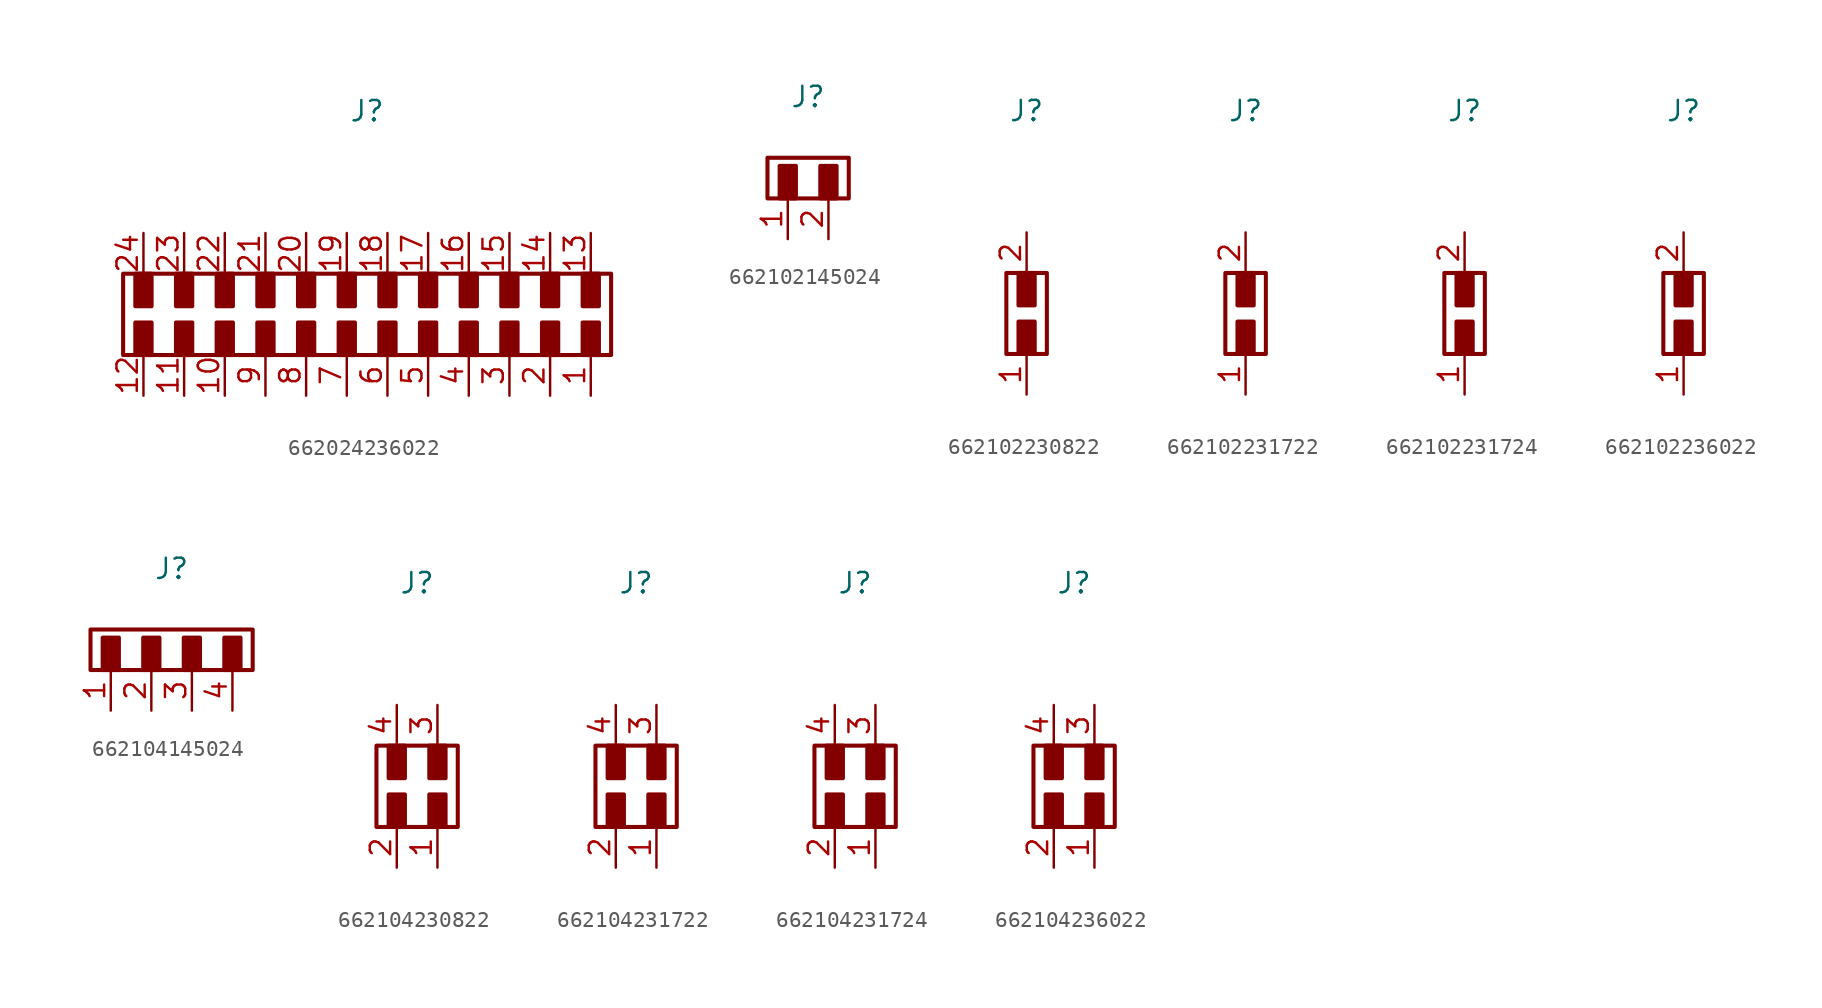
<source format=kicad_sym>
(kicad_symbol_lib
  (version 20241209)
  (generator "kicad_symbol_editor")
  (generator_version "9.0")
  (symbol "662024236022"
    (pin_names
      (hide yes))
    (property "Reference" "J"
      (at 0 12.7 0)
      (effects (font (size 1.27 1.27))))
    (symbol "662024236022_1_1"
      (rectangle (start -15.24 2.54) (end 15.24 -2.54) (stroke (width 0.254) (type solid)) (fill (type none)))
      (rectangle (start -14.478 2.54) (end -13.462 0.508) (stroke (width 0.254) (type solid)) (fill (type outline)))
      (rectangle (start -14.478 -0.508) (end -13.462 -2.54) (stroke (width 0.254) (type solid)) (fill (type outline)))
      (rectangle (start -11.938 2.54) (end -10.922 0.508) (stroke (width 0.254) (type solid)) (fill (type outline)))
      (rectangle (start -11.938 -0.508) (end -10.922 -2.54) (stroke (width 0.254) (type solid)) (fill (type outline)))
      (rectangle (start -9.398 2.54) (end -8.382 0.508) (stroke (width 0.254) (type solid)) (fill (type outline)))
      (rectangle (start -9.398 -0.508) (end -8.382 -2.54) (stroke (width 0.254) (type solid)) (fill (type outline)))
      (rectangle (start -6.858 2.54) (end -5.842 0.508) (stroke (width 0.254) (type solid)) (fill (type outline)))
      (rectangle (start -6.858 -0.508) (end -5.842 -2.54) (stroke (width 0.254) (type solid)) (fill (type outline)))
      (rectangle (start -4.318 2.54) (end -3.302 0.508) (stroke (width 0.254) (type solid)) (fill (type outline)))
      (rectangle (start -4.318 -0.508) (end -3.302 -2.54) (stroke (width 0.254) (type solid)) (fill (type outline)))
      (rectangle (start -1.778 2.54) (end -0.762 0.508) (stroke (width 0.254) (type solid)) (fill (type outline)))
      (rectangle (start -1.778 -0.508) (end -0.762 -2.54) (stroke (width 0.254) (type solid)) (fill (type outline)))
      (rectangle (start 0.762 2.54) (end 1.778 0.508) (stroke (width 0.254) (type solid)) (fill (type outline)))
      (rectangle (start 0.762 -0.508) (end 1.778 -2.54) (stroke (width 0.254) (type solid)) (fill (type outline)))
      (rectangle (start 3.302 2.54) (end 4.318 0.508) (stroke (width 0.254) (type solid)) (fill (type outline)))
      (rectangle (start 3.302 -0.508) (end 4.318 -2.54) (stroke (width 0.254) (type solid)) (fill (type outline)))
      (rectangle (start 5.842 2.54) (end 6.858 0.508) (stroke (width 0.254) (type solid)) (fill (type outline)))
      (rectangle (start 5.842 -0.508) (end 6.858 -2.54) (stroke (width 0.254) (type solid)) (fill (type outline)))
      (rectangle (start 8.382 2.54) (end 9.398 0.508) (stroke (width 0.254) (type solid)) (fill (type outline)))
      (rectangle (start 8.382 -0.508) (end 9.398 -2.54) (stroke (width 0.254) (type solid)) (fill (type outline)))
      (rectangle (start 10.922 2.54) (end 11.938 0.508) (stroke (width 0.254) (type solid)) (fill (type outline)))
      (rectangle (start 10.922 -0.508) (end 11.938 -2.54) (stroke (width 0.254) (type solid)) (fill (type outline)))
      (rectangle (start 13.462 2.54) (end 14.478 0.508) (stroke (width 0.254) (type solid)) (fill (type outline)))
      (rectangle (start 13.462 -0.508) (end 14.478 -2.54) (stroke (width 0.254) (type solid)) (fill (type outline)))
      (pin passive line (at -13.97 5.08 270) (length 2.54) (name "24" (effects (font (size 1.27 1.27)))) (number "24" (effects (font (size 1.27 1.27)))))
      (pin passive line (at -13.97 -5.08 90) (length 2.54) (name "12" (effects (font (size 1.27 1.27)))) (number "12" (effects (font (size 1.27 1.27)))))
      (pin passive line (at -11.43 5.08 270) (length 2.54) (name "23" (effects (font (size 1.27 1.27)))) (number "23" (effects (font (size 1.27 1.27)))))
      (pin passive line (at -11.43 -5.08 90) (length 2.54) (name "11" (effects (font (size 1.27 1.27)))) (number "11" (effects (font (size 1.27 1.27)))))
      (pin passive line (at -8.89 5.08 270) (length 2.54) (name "22" (effects (font (size 1.27 1.27)))) (number "22" (effects (font (size 1.27 1.27)))))
      (pin passive line (at -8.89 -5.08 90) (length 2.54) (name "10" (effects (font (size 1.27 1.27)))) (number "10" (effects (font (size 1.27 1.27)))))
      (pin passive line (at -6.35 5.08 270) (length 2.54) (name "21" (effects (font (size 1.27 1.27)))) (number "21" (effects (font (size 1.27 1.27)))))
      (pin passive line (at -6.35 -5.08 90) (length 2.54) (name "9" (effects (font (size 1.27 1.27)))) (number "9" (effects (font (size 1.27 1.27)))))
      (pin passive line (at -3.81 5.08 270) (length 2.54) (name "20" (effects (font (size 1.27 1.27)))) (number "20" (effects (font (size 1.27 1.27)))))
      (pin passive line (at -3.81 -5.08 90) (length 2.54) (name "8" (effects (font (size 1.27 1.27)))) (number "8" (effects (font (size 1.27 1.27)))))
      (pin passive line (at -1.27 5.08 270) (length 2.54) (name "19" (effects (font (size 1.27 1.27)))) (number "19" (effects (font (size 1.27 1.27)))))
      (pin passive line (at -1.27 -5.08 90) (length 2.54) (name "7" (effects (font (size 1.27 1.27)))) (number "7" (effects (font (size 1.27 1.27)))))
      (pin passive line (at 1.27 5.08 270) (length 2.54) (name "18" (effects (font (size 1.27 1.27)))) (number "18" (effects (font (size 1.27 1.27)))))
      (pin passive line (at 1.27 -5.08 90) (length 2.54) (name "6" (effects (font (size 1.27 1.27)))) (number "6" (effects (font (size 1.27 1.27)))))
      (pin passive line (at 3.81 5.08 270) (length 2.54) (name "17" (effects (font (size 1.27 1.27)))) (number "17" (effects (font (size 1.27 1.27)))))
      (pin passive line (at 3.81 -5.08 90) (length 2.54) (name "5" (effects (font (size 1.27 1.27)))) (number "5" (effects (font (size 1.27 1.27)))))
      (pin passive line (at 6.35 5.08 270) (length 2.54) (name "16" (effects (font (size 1.27 1.27)))) (number "16" (effects (font (size 1.27 1.27)))))
      (pin passive line (at 6.35 -5.08 90) (length 2.54) (name "4" (effects (font (size 1.27 1.27)))) (number "4" (effects (font (size 1.27 1.27)))))
      (pin passive line (at 8.89 5.08 270) (length 2.54) (name "15" (effects (font (size 1.27 1.27)))) (number "15" (effects (font (size 1.27 1.27)))))
      (pin passive line (at 8.89 -5.08 90) (length 2.54) (name "3" (effects (font (size 1.27 1.27)))) (number "3" (effects (font (size 1.27 1.27)))))
      (pin passive line (at 11.43 5.08 270) (length 2.54) (name "14" (effects (font (size 1.27 1.27)))) (number "14" (effects (font (size 1.27 1.27)))))
      (pin passive line (at 11.43 -5.08 90) (length 2.54) (name "2" (effects (font (size 1.27 1.27)))) (number "2" (effects (font (size 1.27 1.27)))))
      (pin passive line (at 13.97 5.08 270) (length 2.54) (name "13" (effects (font (size 1.27 1.27)))) (number "13" (effects (font (size 1.27 1.27)))))
      (pin passive line (at 13.97 -5.08 90) (length 2.54) (name "1" (effects (font (size 1.27 1.27)))) (number "1" (effects (font (size 1.27 1.27)))))))
  (symbol "662102145024"
    (pin_names
      (hide yes))
    (property "Reference" "J"
      (at 0 5.08 0)
      (effects (font (size 1.27 1.27))))
    (symbol "662102145024_1_1"
      (rectangle (start -2.54 1.27) (end 2.54 -1.27) (stroke (width 0.254) (type solid)) (fill (type none)))
      (rectangle (start -1.778 0.762) (end -0.762 -1.27) (stroke (width 0.254) (type solid)) (fill (type outline)))
      (rectangle (start 1.778 -1.27) (end 0.762 0.762) (stroke (width 0.254) (type solid)) (fill (type outline)))
      (pin passive line (at -1.27 -3.81 90) (length 2.54) (name "1" (effects (font (size 1.27 1.27)))) (number "1" (effects (font (size 1.27 1.27)))))
      (pin passive line (at 1.27 -3.81 90) (length 2.54) (name "2" (effects (font (size 1.27 1.27)))) (number "2" (effects (font (size 1.27 1.27)))))))
  (symbol "662102230822"
    (pin_names
      (hide yes))
    (property "Reference" "J"
      (at 0 12.7 0)
      (effects (font (size 1.27 1.27))))
    (symbol "662102230822_1_1"
      (rectangle (start -0.508 2.54) (end 0.508 0.508) (stroke (width 0.254) (type solid)) (fill (type outline)))
      (rectangle (start -0.508 -0.508) (end 0.508 -2.54) (stroke (width 0.254) (type solid)) (fill (type outline)))
      (rectangle (start 1.27 -2.54) (end -1.27 2.54) (stroke (width 0.254) (type solid)) (fill (type none)))
      (pin passive line (at 0 5.08 270) (length 2.54) (name "2" (effects (font (size 1.27 1.27)))) (number "2" (effects (font (size 1.27 1.27)))))
      (pin passive line (at 0 -5.08 90) (length 2.54) (name "1" (effects (font (size 1.27 1.27)))) (number "1" (effects (font (size 1.27 1.27)))))))
  (symbol "662102231722"
    (pin_names
      (hide yes))
    (property "Reference" "J"
      (at 0 12.7 0)
      (effects (font (size 1.27 1.27))))
    (symbol "662102231722_1_1"
      (rectangle (start -1.27 2.54) (end 1.27 -2.54) (stroke (width 0.254) (type solid)) (fill (type none)))
      (rectangle (start -0.508 2.54) (end 0.508 0.508) (stroke (width 0.254) (type solid)) (fill (type outline)))
      (rectangle (start -0.508 -0.508) (end 0.508 -2.54) (stroke (width 0.254) (type solid)) (fill (type outline)))
      (pin passive line (at 0 5.08 270) (length 2.54) (name "2" (effects (font (size 1.27 1.27)))) (number "2" (effects (font (size 1.27 1.27)))))
      (pin passive line (at 0 -5.08 90) (length 2.54) (name "1" (effects (font (size 1.27 1.27)))) (number "1" (effects (font (size 1.27 1.27)))))))
  (symbol "662102231724"
    (pin_names
      (hide yes))
    (property "Reference" "J"
      (at 0 12.7 0)
      (effects (font (size 1.27 1.27))))
    (symbol "662102231724_1_1"
      (rectangle (start -1.27 2.54) (end 1.27 -2.54) (stroke (width 0.254) (type solid)) (fill (type none)))
      (rectangle (start -0.508 2.54) (end 0.508 0.508) (stroke (width 0.254) (type solid)) (fill (type outline)))
      (rectangle (start -0.508 -0.508) (end 0.508 -2.54) (stroke (width 0.254) (type solid)) (fill (type outline)))
      (pin passive line (at 0 5.08 270) (length 2.54) (name "2" (effects (font (size 1.27 1.27)))) (number "2" (effects (font (size 1.27 1.27)))))
      (pin passive line (at 0 -5.08 90) (length 2.54) (name "1" (effects (font (size 1.27 1.27)))) (number "1" (effects (font (size 1.27 1.27)))))))
  (symbol "662102236022"
    (pin_names
      (hide yes))
    (property "Reference" "J"
      (at 0 12.7 0)
      (effects (font (size 1.27 1.27))))
    (symbol "662102236022_1_1"
      (rectangle (start -0.508 2.54) (end 0.508 0.508) (stroke (width 0.254) (type solid)) (fill (type outline)))
      (rectangle (start -0.508 -0.508) (end 0.508 -2.54) (stroke (width 0.254) (type solid)) (fill (type outline)))
      (rectangle (start 1.27 -2.54) (end -1.27 2.54) (stroke (width 0.254) (type solid)) (fill (type none)))
      (pin passive line (at 0 5.08 270) (length 2.54) (name "2" (effects (font (size 1.27 1.27)))) (number "2" (effects (font (size 1.27 1.27)))))
      (pin passive line (at 0 -5.08 90) (length 2.54) (name "1" (effects (font (size 1.27 1.27)))) (number "1" (effects (font (size 1.27 1.27)))))))
  (symbol "662104145024"
    (pin_names
      (hide yes))
    (property "Reference" "J"
      (at 0 5.08 0)
      (effects (font (size 1.27 1.27))))
    (symbol "662104145024_1_1"
      (rectangle (start -5.08 1.27) (end 5.08 -1.27) (stroke (width 0.254) (type solid)) (fill (type none)))
      (rectangle (start -4.318 0.762) (end -3.302 -1.27) (stroke (width 0.254) (type solid)) (fill (type outline)))
      (rectangle (start -0.762 -1.27) (end -1.778 0.762) (stroke (width 0.254) (type solid)) (fill (type outline)))
      (rectangle (start 0.762 0.762) (end 1.778 -1.27) (stroke (width 0.254) (type solid)) (fill (type outline)))
      (rectangle (start 4.318 -1.27) (end 3.302 0.762) (stroke (width 0.254) (type solid)) (fill (type outline)))
      (pin passive line (at -3.81 -3.81 90) (length 2.54) (name "1" (effects (font (size 1.27 1.27)))) (number "1" (effects (font (size 1.27 1.27)))))
      (pin passive line (at -1.27 -3.81 90) (length 2.54) (name "2" (effects (font (size 1.27 1.27)))) (number "2" (effects (font (size 1.27 1.27)))))
      (pin passive line (at 1.27 -3.81 90) (length 2.54) (name "3" (effects (font (size 1.27 1.27)))) (number "3" (effects (font (size 1.27 1.27)))))
      (pin passive line (at 3.81 -3.81 90) (length 2.54) (name "4" (effects (font (size 1.27 1.27)))) (number "4" (effects (font (size 1.27 1.27)))))))
  (symbol "662104230822"
    (pin_names
      (hide yes))
    (property "Reference" "J"
      (at 0 12.7 0)
      (effects (font (size 1.27 1.27))))
    (symbol "662104230822_1_1"
      (rectangle (start -2.54 2.54) (end 2.54 -2.54) (stroke (width 0.254) (type solid)) (fill (type none)))
      (rectangle (start -1.778 2.54) (end -0.762 0.508) (stroke (width 0.254) (type solid)) (fill (type outline)))
      (rectangle (start -1.778 -0.508) (end -0.762 -2.54) (stroke (width 0.254) (type solid)) (fill (type outline)))
      (rectangle (start 0.762 2.54) (end 1.778 0.508) (stroke (width 0.254) (type solid)) (fill (type outline)))
      (rectangle (start 0.762 -0.508) (end 1.778 -2.54) (stroke (width 0.254) (type solid)) (fill (type outline)))
      (pin passive line (at -1.27 5.08 270) (length 2.54) (name "4" (effects (font (size 1.27 1.27)))) (number "4" (effects (font (size 1.27 1.27)))))
      (pin passive line (at -1.27 -5.08 90) (length 2.54) (name "2" (effects (font (size 1.27 1.27)))) (number "2" (effects (font (size 1.27 1.27)))))
      (pin passive line (at 1.27 5.08 270) (length 2.54) (name "3" (effects (font (size 1.27 1.27)))) (number "3" (effects (font (size 1.27 1.27)))))
      (pin passive line (at 1.27 -5.08 90) (length 2.54) (name "1" (effects (font (size 1.27 1.27)))) (number "1" (effects (font (size 1.27 1.27)))))))
  (symbol "662104231722"
    (pin_names
      (hide yes))
    (property "Reference" "J"
      (at 0 12.7 0)
      (effects (font (size 1.27 1.27))))
    (symbol "662104231722_1_1"
      (rectangle (start -2.54 2.54) (end 2.54 -2.54) (stroke (width 0.254) (type solid)) (fill (type none)))
      (rectangle (start -1.778 2.54) (end -0.762 0.508) (stroke (width 0.254) (type solid)) (fill (type outline)))
      (rectangle (start -1.778 -0.508) (end -0.762 -2.54) (stroke (width 0.254) (type solid)) (fill (type outline)))
      (rectangle (start 0.762 2.54) (end 1.778 0.508) (stroke (width 0.254) (type solid)) (fill (type outline)))
      (rectangle (start 0.762 -0.508) (end 1.778 -2.54) (stroke (width 0.254) (type solid)) (fill (type outline)))
      (pin passive line (at -1.27 5.08 270) (length 2.54) (name "4" (effects (font (size 1.27 1.27)))) (number "4" (effects (font (size 1.27 1.27)))))
      (pin passive line (at -1.27 -5.08 90) (length 2.54) (name "2" (effects (font (size 1.27 1.27)))) (number "2" (effects (font (size 1.27 1.27)))))
      (pin passive line (at 1.27 5.08 270) (length 2.54) (name "3" (effects (font (size 1.27 1.27)))) (number "3" (effects (font (size 1.27 1.27)))))
      (pin passive line (at 1.27 -5.08 90) (length 2.54) (name "1" (effects (font (size 1.27 1.27)))) (number "1" (effects (font (size 1.27 1.27)))))))
  (symbol "662104231724"
    (pin_names
      (hide yes))
    (property "Reference" "J"
      (at 0 12.7 0)
      (effects (font (size 1.27 1.27))))
    (symbol "662104231724_1_1"
      (rectangle (start -2.54 2.54) (end 2.54 -2.54) (stroke (width 0.254) (type solid)) (fill (type none)))
      (rectangle (start -1.778 2.54) (end -0.762 0.508) (stroke (width 0.254) (type solid)) (fill (type outline)))
      (rectangle (start -1.778 -0.508) (end -0.762 -2.54) (stroke (width 0.254) (type solid)) (fill (type outline)))
      (rectangle (start 0.762 2.54) (end 1.778 0.508) (stroke (width 0.254) (type solid)) (fill (type outline)))
      (rectangle (start 0.762 -0.508) (end 1.778 -2.54) (stroke (width 0.254) (type solid)) (fill (type outline)))
      (pin passive line (at -1.27 5.08 270) (length 2.54) (name "4" (effects (font (size 1.27 1.27)))) (number "4" (effects (font (size 1.27 1.27)))))
      (pin passive line (at -1.27 -5.08 90) (length 2.54) (name "2" (effects (font (size 1.27 1.27)))) (number "2" (effects (font (size 1.27 1.27)))))
      (pin passive line (at 1.27 5.08 270) (length 2.54) (name "3" (effects (font (size 1.27 1.27)))) (number "3" (effects (font (size 1.27 1.27)))))
      (pin passive line (at 1.27 -5.08 90) (length 2.54) (name "1" (effects (font (size 1.27 1.27)))) (number "1" (effects (font (size 1.27 1.27)))))))
  (symbol "662104236022"
    (pin_names
      (hide yes))
    (property "Reference" "J"
      (at 0 12.7 0)
      (effects (font (size 1.27 1.27))))
    (symbol "662104236022_1_1"
      (rectangle (start -2.54 2.54) (end 2.54 -2.54) (stroke (width 0.254) (type solid)) (fill (type none)))
      (rectangle (start -1.778 2.54) (end -0.762 0.508) (stroke (width 0.254) (type solid)) (fill (type outline)))
      (rectangle (start -1.778 -0.508) (end -0.762 -2.54) (stroke (width 0.254) (type solid)) (fill (type outline)))
      (rectangle (start 0.762 2.54) (end 1.778 0.508) (stroke (width 0.254) (type solid)) (fill (type outline)))
      (rectangle (start 0.762 -0.508) (end 1.778 -2.54) (stroke (width 0.254) (type solid)) (fill (type outline)))
      (pin passive line (at -1.27 5.08 270) (length 2.54) (name "4" (effects (font (size 1.27 1.27)))) (number "4" (effects (font (size 1.27 1.27)))))
      (pin passive line (at -1.27 -5.08 90) (length 2.54) (name "2" (effects (font (size 1.27 1.27)))) (number "2" (effects (font (size 1.27 1.27)))))
      (pin passive line (at 1.27 5.08 270) (length 2.54) (name "3" (effects (font (size 1.27 1.27)))) (number "3" (effects (font (size 1.27 1.27)))))
      (pin passive line (at 1.27 -5.08 90) (length 2.54) (name "1" (effects (font (size 1.27 1.27)))) (number "1" (effects (font (size 1.27 1.27))))))))
</source>
